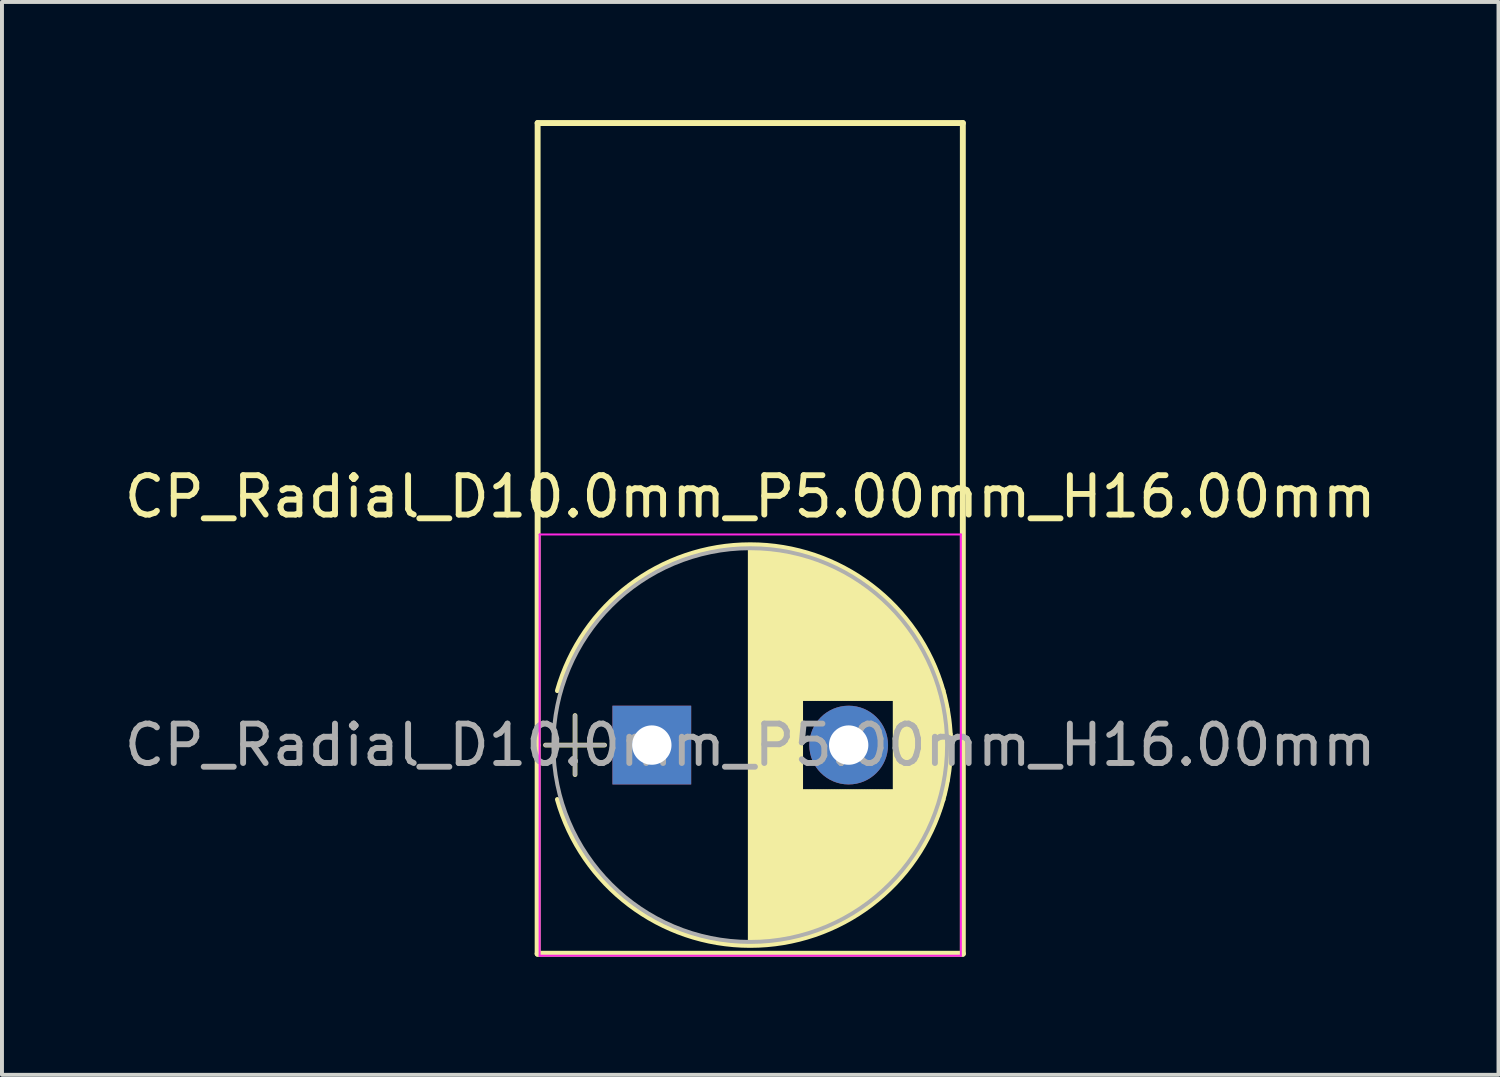
<source format=kicad_pcb>
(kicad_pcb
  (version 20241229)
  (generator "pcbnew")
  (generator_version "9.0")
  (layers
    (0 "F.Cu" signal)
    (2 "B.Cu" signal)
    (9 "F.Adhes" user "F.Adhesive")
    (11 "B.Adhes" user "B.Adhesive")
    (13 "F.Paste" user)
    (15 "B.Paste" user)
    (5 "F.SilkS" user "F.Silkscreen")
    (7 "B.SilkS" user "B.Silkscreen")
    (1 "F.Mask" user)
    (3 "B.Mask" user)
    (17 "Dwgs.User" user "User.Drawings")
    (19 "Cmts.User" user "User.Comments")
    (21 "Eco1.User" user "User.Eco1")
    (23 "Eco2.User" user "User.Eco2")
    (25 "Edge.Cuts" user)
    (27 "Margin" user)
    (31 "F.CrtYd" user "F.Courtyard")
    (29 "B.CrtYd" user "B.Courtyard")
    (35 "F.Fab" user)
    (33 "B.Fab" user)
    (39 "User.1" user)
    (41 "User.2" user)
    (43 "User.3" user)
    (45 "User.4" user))
  (footprint "CP_Radial_D10.0mm_P5.00mm_H16.00mm"
    (layer "F.Cu")
    (at 13.506 15.875)
    (property "Reference" "CP_Radial_D10.0mm_P5.00mm_H16.00mm" (at 2.5 -6.31 0) (layer "F.SilkS") (effects (font (size 1 1) (thickness 0.15))))
    (attr through_hole)
    (fp_line (start -2.9 -15.8) (end 7.9 -15.8) (stroke (width 0.15) (type solid)) (layer "F.SilkS"))
    (fp_line (start -2.9 0) (end -2.9 -15.8) (stroke (width 0.15) (type solid)) (layer "F.SilkS"))
    (fp_line (start -2.9 5.3) (end -2.9 0) (stroke (width 0.15) (type solid)) (layer "F.SilkS"))
    (fp_line (start -2.7 0) (end -1.2 0) (stroke (width 0.12) (type solid)) (layer "F.SilkS"))
    (fp_line (start -1.95 -0.75) (end -1.95 0.75) (stroke (width 0.12) (type solid)) (layer "F.SilkS"))
    (fp_line (start 2.5 -5.05) (end 2.5 5.05) (stroke (width 0.12) (type solid)) (layer "F.SilkS"))
    (fp_line (start 2.54 -5.05) (end 2.54 5.05) (stroke (width 0.12) (type solid)) (layer "F.SilkS"))
    (fp_line (start 2.58 -5.05) (end 2.58 5.05) (stroke (width 0.12) (type solid)) (layer "F.SilkS"))
    (fp_line (start 2.62 -5.049) (end 2.62 5.049) (stroke (width 0.12) (type solid)) (layer "F.SilkS"))
    (fp_line (start 2.66 -5.048) (end 2.66 5.048) (stroke (width 0.12) (type solid)) (layer "F.SilkS"))
    (fp_line (start 2.7 -5.047) (end 2.7 5.047) (stroke (width 0.12) (type solid)) (layer "F.SilkS"))
    (fp_line (start 2.74 -5.045) (end 2.74 5.045) (stroke (width 0.12) (type solid)) (layer "F.SilkS"))
    (fp_line (start 2.78 -5.043) (end 2.78 5.043) (stroke (width 0.12) (type solid)) (layer "F.SilkS"))
    (fp_line (start 2.82 -5.04) (end 2.82 5.04) (stroke (width 0.12) (type solid)) (layer "F.SilkS"))
    (fp_line (start 2.86 -5.038) (end 2.86 5.038) (stroke (width 0.12) (type solid)) (layer "F.SilkS"))
    (fp_line (start 2.9 -5.035) (end 2.9 5.035) (stroke (width 0.12) (type solid)) (layer "F.SilkS"))
    (fp_line (start 2.94 -5.031) (end 2.94 5.031) (stroke (width 0.12) (type solid)) (layer "F.SilkS"))
    (fp_line (start 2.98 -5.028) (end 2.98 5.028) (stroke (width 0.12) (type solid)) (layer "F.SilkS"))
    (fp_line (start 3.02 -5.024) (end 3.02 5.024) (stroke (width 0.12) (type solid)) (layer "F.SilkS"))
    (fp_line (start 3.06 -5.02) (end 3.06 5.02) (stroke (width 0.12) (type solid)) (layer "F.SilkS"))
    (fp_line (start 3.1 -5.015) (end 3.1 5.015) (stroke (width 0.12) (type solid)) (layer "F.SilkS"))
    (fp_line (start 3.14 -5.01) (end 3.14 5.01) (stroke (width 0.12) (type solid)) (layer "F.SilkS"))
    (fp_line (start 3.18 -5.005) (end 3.18 5.005) (stroke (width 0.12) (type solid)) (layer "F.SilkS"))
    (fp_line (start 3.221 -4.999) (end 3.221 4.999) (stroke (width 0.12) (type solid)) (layer "F.SilkS"))
    (fp_line (start 3.261 -4.993) (end 3.261 4.993) (stroke (width 0.12) (type solid)) (layer "F.SilkS"))
    (fp_line (start 3.301 -4.987) (end 3.301 4.987) (stroke (width 0.12) (type solid)) (layer "F.SilkS"))
    (fp_line (start 3.341 -4.981) (end 3.341 4.981) (stroke (width 0.12) (type solid)) (layer "F.SilkS"))
    (fp_line (start 3.381 -4.974) (end 3.381 4.974) (stroke (width 0.12) (type solid)) (layer "F.SilkS"))
    (fp_line (start 3.421 -4.967) (end 3.421 4.967) (stroke (width 0.12) (type solid)) (layer "F.SilkS"))
    (fp_line (start 3.461 -4.959) (end 3.461 4.959) (stroke (width 0.12) (type solid)) (layer "F.SilkS"))
    (fp_line (start 3.501 -4.951) (end 3.501 4.951) (stroke (width 0.12) (type solid)) (layer "F.SilkS"))
    (fp_line (start 3.541 -4.943) (end 3.541 4.943) (stroke (width 0.12) (type solid)) (layer "F.SilkS"))
    (fp_line (start 3.581 -4.935) (end 3.581 4.935) (stroke (width 0.12) (type solid)) (layer "F.SilkS"))
    (fp_line (start 3.621 -4.926) (end 3.621 4.926) (stroke (width 0.12) (type solid)) (layer "F.SilkS"))
    (fp_line (start 3.661 -4.917) (end 3.661 4.917) (stroke (width 0.12) (type solid)) (layer "F.SilkS"))
    (fp_line (start 3.701 -4.907) (end 3.701 4.907) (stroke (width 0.12) (type solid)) (layer "F.SilkS"))
    (fp_line (start 3.741 -4.897) (end 3.741 4.897) (stroke (width 0.12) (type solid)) (layer "F.SilkS"))
    (fp_line (start 3.781 -4.887) (end 3.781 4.887) (stroke (width 0.12) (type solid)) (layer "F.SilkS"))
    (fp_line (start 3.821 -4.876) (end 3.821 -1.181) (stroke (width 0.12) (type solid)) (layer "F.SilkS"))
    (fp_line (start 3.821 1.181) (end 3.821 4.876) (stroke (width 0.12) (type solid)) (layer "F.SilkS"))
    (fp_line (start 3.861 -4.865) (end 3.861 -1.181) (stroke (width 0.12) (type solid)) (layer "F.SilkS"))
    (fp_line (start 3.861 1.181) (end 3.861 4.865) (stroke (width 0.12) (type solid)) (layer "F.SilkS"))
    (fp_line (start 3.901 -4.854) (end 3.901 -1.181) (stroke (width 0.12) (type solid)) (layer "F.SilkS"))
    (fp_line (start 3.901 1.181) (end 3.901 4.854) (stroke (width 0.12) (type solid)) (layer "F.SilkS"))
    (fp_line (start 3.941 -4.843) (end 3.941 -1.181) (stroke (width 0.12) (type solid)) (layer "F.SilkS"))
    (fp_line (start 3.941 1.181) (end 3.941 4.843) (stroke (width 0.12) (type solid)) (layer "F.SilkS"))
    (fp_line (start 3.981 -4.831) (end 3.981 -1.181) (stroke (width 0.12) (type solid)) (layer "F.SilkS"))
    (fp_line (start 3.981 1.181) (end 3.981 4.831) (stroke (width 0.12) (type solid)) (layer "F.SilkS"))
    (fp_line (start 4.021 -4.818) (end 4.021 -1.181) (stroke (width 0.12) (type solid)) (layer "F.SilkS"))
    (fp_line (start 4.021 1.181) (end 4.021 4.818) (stroke (width 0.12) (type solid)) (layer "F.SilkS"))
    (fp_line (start 4.061 -4.806) (end 4.061 -1.181) (stroke (width 0.12) (type solid)) (layer "F.SilkS"))
    (fp_line (start 4.061 1.181) (end 4.061 4.806) (stroke (width 0.12) (type solid)) (layer "F.SilkS"))
    (fp_line (start 4.101 -4.792) (end 4.101 -1.181) (stroke (width 0.12) (type solid)) (layer "F.SilkS"))
    (fp_line (start 4.101 1.181) (end 4.101 4.792) (stroke (width 0.12) (type solid)) (layer "F.SilkS"))
    (fp_line (start 4.141 -4.779) (end 4.141 -1.181) (stroke (width 0.12) (type solid)) (layer "F.SilkS"))
    (fp_line (start 4.141 1.181) (end 4.141 4.779) (stroke (width 0.12) (type solid)) (layer "F.SilkS"))
    (fp_line (start 4.181 -4.765) (end 4.181 -1.181) (stroke (width 0.12) (type solid)) (layer "F.SilkS"))
    (fp_line (start 4.181 1.181) (end 4.181 4.765) (stroke (width 0.12) (type solid)) (layer "F.SilkS"))
    (fp_line (start 4.221 -4.751) (end 4.221 -1.181) (stroke (width 0.12) (type solid)) (layer "F.SilkS"))
    (fp_line (start 4.221 1.181) (end 4.221 4.751) (stroke (width 0.12) (type solid)) (layer "F.SilkS"))
    (fp_line (start 4.261 -4.737) (end 4.261 -1.181) (stroke (width 0.12) (type solid)) (layer "F.SilkS"))
    (fp_line (start 4.261 1.181) (end 4.261 4.737) (stroke (width 0.12) (type solid)) (layer "F.SilkS"))
    (fp_line (start 4.301 -4.722) (end 4.301 -1.181) (stroke (width 0.12) (type solid)) (layer "F.SilkS"))
    (fp_line (start 4.301 1.181) (end 4.301 4.722) (stroke (width 0.12) (type solid)) (layer "F.SilkS"))
    (fp_line (start 4.341 -4.706) (end 4.341 -1.181) (stroke (width 0.12) (type solid)) (layer "F.SilkS"))
    (fp_line (start 4.341 1.181) (end 4.341 4.706) (stroke (width 0.12) (type solid)) (layer "F.SilkS"))
    (fp_line (start 4.381 -4.691) (end 4.381 -1.181) (stroke (width 0.12) (type solid)) (layer "F.SilkS"))
    (fp_line (start 4.381 1.181) (end 4.381 4.691) (stroke (width 0.12) (type solid)) (layer "F.SilkS"))
    (fp_line (start 4.421 -4.674) (end 4.421 -1.181) (stroke (width 0.12) (type solid)) (layer "F.SilkS"))
    (fp_line (start 4.421 1.181) (end 4.421 4.674) (stroke (width 0.12) (type solid)) (layer "F.SilkS"))
    (fp_line (start 4.461 -4.658) (end 4.461 -1.181) (stroke (width 0.12) (type solid)) (layer "F.SilkS"))
    (fp_line (start 4.461 1.181) (end 4.461 4.658) (stroke (width 0.12) (type solid)) (layer "F.SilkS"))
    (fp_line (start 4.501 -4.641) (end 4.501 -1.181) (stroke (width 0.12) (type solid)) (layer "F.SilkS"))
    (fp_line (start 4.501 1.181) (end 4.501 4.641) (stroke (width 0.12) (type solid)) (layer "F.SilkS"))
    (fp_line (start 4.541 -4.624) (end 4.541 -1.181) (stroke (width 0.12) (type solid)) (layer "F.SilkS"))
    (fp_line (start 4.541 1.181) (end 4.541 4.624) (stroke (width 0.12) (type solid)) (layer "F.SilkS"))
    (fp_line (start 4.581 -4.606) (end 4.581 -1.181) (stroke (width 0.12) (type solid)) (layer "F.SilkS"))
    (fp_line (start 4.581 1.181) (end 4.581 4.606) (stroke (width 0.12) (type solid)) (layer "F.SilkS"))
    (fp_line (start 4.621 -4.588) (end 4.621 -1.181) (stroke (width 0.12) (type solid)) (layer "F.SilkS"))
    (fp_line (start 4.621 1.181) (end 4.621 4.588) (stroke (width 0.12) (type solid)) (layer "F.SilkS"))
    (fp_line (start 4.661 -4.569) (end 4.661 -1.181) (stroke (width 0.12) (type solid)) (layer "F.SilkS"))
    (fp_line (start 4.661 1.181) (end 4.661 4.569) (stroke (width 0.12) (type solid)) (layer "F.SilkS"))
    (fp_line (start 4.701 -4.55) (end 4.701 -1.181) (stroke (width 0.12) (type solid)) (layer "F.SilkS"))
    (fp_line (start 4.701 1.181) (end 4.701 4.55) (stroke (width 0.12) (type solid)) (layer "F.SilkS"))
    (fp_line (start 4.741 -4.531) (end 4.741 -1.181) (stroke (width 0.12) (type solid)) (layer "F.SilkS"))
    (fp_line (start 4.741 1.181) (end 4.741 4.531) (stroke (width 0.12) (type solid)) (layer "F.SilkS"))
    (fp_line (start 4.781 -4.511) (end 4.781 -1.181) (stroke (width 0.12) (type solid)) (layer "F.SilkS"))
    (fp_line (start 4.781 1.181) (end 4.781 4.511) (stroke (width 0.12) (type solid)) (layer "F.SilkS"))
    (fp_line (start 4.821 -4.491) (end 4.821 -1.181) (stroke (width 0.12) (type solid)) (layer "F.SilkS"))
    (fp_line (start 4.821 1.181) (end 4.821 4.491) (stroke (width 0.12) (type solid)) (layer "F.SilkS"))
    (fp_line (start 4.861 -4.47) (end 4.861 -1.181) (stroke (width 0.12) (type solid)) (layer "F.SilkS"))
    (fp_line (start 4.861 1.181) (end 4.861 4.47) (stroke (width 0.12) (type solid)) (layer "F.SilkS"))
    (fp_line (start 4.901 -4.449) (end 4.901 -1.181) (stroke (width 0.12) (type solid)) (layer "F.SilkS"))
    (fp_line (start 4.901 1.181) (end 4.901 4.449) (stroke (width 0.12) (type solid)) (layer "F.SilkS"))
    (fp_line (start 4.941 -4.428) (end 4.941 -1.181) (stroke (width 0.12) (type solid)) (layer "F.SilkS"))
    (fp_line (start 4.941 1.181) (end 4.941 4.428) (stroke (width 0.12) (type solid)) (layer "F.SilkS"))
    (fp_line (start 4.981 -4.405) (end 4.981 -1.181) (stroke (width 0.12) (type solid)) (layer "F.SilkS"))
    (fp_line (start 4.981 1.181) (end 4.981 4.405) (stroke (width 0.12) (type solid)) (layer "F.SilkS"))
    (fp_line (start 5.021 -4.383) (end 5.021 -1.181) (stroke (width 0.12) (type solid)) (layer "F.SilkS"))
    (fp_line (start 5.021 1.181) (end 5.021 4.383) (stroke (width 0.12) (type solid)) (layer "F.SilkS"))
    (fp_line (start 5.061 -4.36) (end 5.061 -1.181) (stroke (width 0.12) (type solid)) (layer "F.SilkS"))
    (fp_line (start 5.061 1.181) (end 5.061 4.36) (stroke (width 0.12) (type solid)) (layer "F.SilkS"))
    (fp_line (start 5.101 -4.336) (end 5.101 -1.181) (stroke (width 0.12) (type solid)) (layer "F.SilkS"))
    (fp_line (start 5.101 1.181) (end 5.101 4.336) (stroke (width 0.12) (type solid)) (layer "F.SilkS"))
    (fp_line (start 5.141 -4.312) (end 5.141 -1.181) (stroke (width 0.12) (type solid)) (layer "F.SilkS"))
    (fp_line (start 5.141 1.181) (end 5.141 4.312) (stroke (width 0.12) (type solid)) (layer "F.SilkS"))
    (fp_line (start 5.181 -4.288) (end 5.181 -1.181) (stroke (width 0.12) (type solid)) (layer "F.SilkS"))
    (fp_line (start 5.181 1.181) (end 5.181 4.288) (stroke (width 0.12) (type solid)) (layer "F.SilkS"))
    (fp_line (start 5.221 -4.263) (end 5.221 -1.181) (stroke (width 0.12) (type solid)) (layer "F.SilkS"))
    (fp_line (start 5.221 1.181) (end 5.221 4.263) (stroke (width 0.12) (type solid)) (layer "F.SilkS"))
    (fp_line (start 5.261 -4.237) (end 5.261 -1.181) (stroke (width 0.12) (type solid)) (layer "F.SilkS"))
    (fp_line (start 5.261 1.181) (end 5.261 4.237) (stroke (width 0.12) (type solid)) (layer "F.SilkS"))
    (fp_line (start 5.301 -4.211) (end 5.301 -1.181) (stroke (width 0.12) (type solid)) (layer "F.SilkS"))
    (fp_line (start 5.301 1.181) (end 5.301 4.211) (stroke (width 0.12) (type solid)) (layer "F.SilkS"))
    (fp_line (start 5.341 -4.185) (end 5.341 -1.181) (stroke (width 0.12) (type solid)) (layer "F.SilkS"))
    (fp_line (start 5.341 1.181) (end 5.341 4.185) (stroke (width 0.12) (type solid)) (layer "F.SilkS"))
    (fp_line (start 5.381 -4.157) (end 5.381 -1.181) (stroke (width 0.12) (type solid)) (layer "F.SilkS"))
    (fp_line (start 5.381 1.181) (end 5.381 4.157) (stroke (width 0.12) (type solid)) (layer "F.SilkS"))
    (fp_line (start 5.421 -4.13) (end 5.421 -1.181) (stroke (width 0.12) (type solid)) (layer "F.SilkS"))
    (fp_line (start 5.421 1.181) (end 5.421 4.13) (stroke (width 0.12) (type solid)) (layer "F.SilkS"))
    (fp_line (start 5.461 -4.101) (end 5.461 -1.181) (stroke (width 0.12) (type solid)) (layer "F.SilkS"))
    (fp_line (start 5.461 1.181) (end 5.461 4.101) (stroke (width 0.12) (type solid)) (layer "F.SilkS"))
    (fp_line (start 5.501 -4.072) (end 5.501 -1.181) (stroke (width 0.12) (type solid)) (layer "F.SilkS"))
    (fp_line (start 5.501 1.181) (end 5.501 4.072) (stroke (width 0.12) (type solid)) (layer "F.SilkS"))
    (fp_line (start 5.541 -4.043) (end 5.541 -1.181) (stroke (width 0.12) (type solid)) (layer "F.SilkS"))
    (fp_line (start 5.541 1.181) (end 5.541 4.043) (stroke (width 0.12) (type solid)) (layer "F.SilkS"))
    (fp_line (start 5.581 -4.013) (end 5.581 -1.181) (stroke (width 0.12) (type solid)) (layer "F.SilkS"))
    (fp_line (start 5.581 1.181) (end 5.581 4.013) (stroke (width 0.12) (type solid)) (layer "F.SilkS"))
    (fp_line (start 5.621 -3.982) (end 5.621 -1.181) (stroke (width 0.12) (type solid)) (layer "F.SilkS"))
    (fp_line (start 5.621 1.181) (end 5.621 3.982) (stroke (width 0.12) (type solid)) (layer "F.SilkS"))
    (fp_line (start 5.661 -3.951) (end 5.661 -1.181) (stroke (width 0.12) (type solid)) (layer "F.SilkS"))
    (fp_line (start 5.661 1.181) (end 5.661 3.951) (stroke (width 0.12) (type solid)) (layer "F.SilkS"))
    (fp_line (start 5.701 -3.919) (end 5.701 -1.181) (stroke (width 0.12) (type solid)) (layer "F.SilkS"))
    (fp_line (start 5.701 1.181) (end 5.701 3.919) (stroke (width 0.12) (type solid)) (layer "F.SilkS"))
    (fp_line (start 5.741 -3.886) (end 5.741 -1.181) (stroke (width 0.12) (type solid)) (layer "F.SilkS"))
    (fp_line (start 5.741 1.181) (end 5.741 3.886) (stroke (width 0.12) (type solid)) (layer "F.SilkS"))
    (fp_line (start 5.781 -3.853) (end 5.781 -1.181) (stroke (width 0.12) (type solid)) (layer "F.SilkS"))
    (fp_line (start 5.781 1.181) (end 5.781 3.853) (stroke (width 0.12) (type solid)) (layer "F.SilkS"))
    (fp_line (start 5.821 -3.819) (end 5.821 -1.181) (stroke (width 0.12) (type solid)) (layer "F.SilkS"))
    (fp_line (start 5.821 1.181) (end 5.821 3.819) (stroke (width 0.12) (type solid)) (layer "F.SilkS"))
    (fp_line (start 5.861 -3.784) (end 5.861 -1.181) (stroke (width 0.12) (type solid)) (layer "F.SilkS"))
    (fp_line (start 5.861 1.181) (end 5.861 3.784) (stroke (width 0.12) (type solid)) (layer "F.SilkS"))
    (fp_line (start 5.901 -3.748) (end 5.901 -1.181) (stroke (width 0.12) (type solid)) (layer "F.SilkS"))
    (fp_line (start 5.901 1.181) (end 5.901 3.748) (stroke (width 0.12) (type solid)) (layer "F.SilkS"))
    (fp_line (start 5.941 -3.712) (end 5.941 -1.181) (stroke (width 0.12) (type solid)) (layer "F.SilkS"))
    (fp_line (start 5.941 1.181) (end 5.941 3.712) (stroke (width 0.12) (type solid)) (layer "F.SilkS"))
    (fp_line (start 5.981 -3.675) (end 5.981 -1.181) (stroke (width 0.12) (type solid)) (layer "F.SilkS"))
    (fp_line (start 5.981 1.181) (end 5.981 3.675) (stroke (width 0.12) (type solid)) (layer "F.SilkS"))
    (fp_line (start 6.021 -3.637) (end 6.021 -1.181) (stroke (width 0.12) (type solid)) (layer "F.SilkS"))
    (fp_line (start 6.021 1.181) (end 6.021 3.637) (stroke (width 0.12) (type solid)) (layer "F.SilkS"))
    (fp_line (start 6.061 -3.598) (end 6.061 -1.181) (stroke (width 0.12) (type solid)) (layer "F.SilkS"))
    (fp_line (start 6.061 1.181) (end 6.061 3.598) (stroke (width 0.12) (type solid)) (layer "F.SilkS"))
    (fp_line (start 6.101 -3.559) (end 6.101 -1.181) (stroke (width 0.12) (type solid)) (layer "F.SilkS"))
    (fp_line (start 6.101 1.181) (end 6.101 3.559) (stroke (width 0.12) (type solid)) (layer "F.SilkS"))
    (fp_line (start 6.141 -3.518) (end 6.141 -1.181) (stroke (width 0.12) (type solid)) (layer "F.SilkS"))
    (fp_line (start 6.141 1.181) (end 6.141 3.518) (stroke (width 0.12) (type solid)) (layer "F.SilkS"))
    (fp_line (start 6.181 -3.477) (end 6.181 3.477) (stroke (width 0.12) (type solid)) (layer "F.SilkS"))
    (fp_line (start 6.221 -3.435) (end 6.221 3.435) (stroke (width 0.12) (type solid)) (layer "F.SilkS"))
    (fp_line (start 6.261 -3.391) (end 6.261 3.391) (stroke (width 0.12) (type solid)) (layer "F.SilkS"))
    (fp_line (start 6.301 -3.347) (end 6.301 3.347) (stroke (width 0.12) (type solid)) (layer "F.SilkS"))
    (fp_line (start 6.341 -3.302) (end 6.341 3.302) (stroke (width 0.12) (type solid)) (layer "F.SilkS"))
    (fp_line (start 6.381 -3.255) (end 6.381 3.255) (stroke (width 0.12) (type solid)) (layer "F.SilkS"))
    (fp_line (start 6.421 -3.207) (end 6.421 3.207) (stroke (width 0.12) (type solid)) (layer "F.SilkS"))
    (fp_line (start 6.461 -3.158) (end 6.461 3.158) (stroke (width 0.12) (type solid)) (layer "F.SilkS"))
    (fp_line (start 6.501 -3.108) (end 6.501 3.108) (stroke (width 0.12) (type solid)) (layer "F.SilkS"))
    (fp_line (start 6.541 -3.057) (end 6.541 3.057) (stroke (width 0.12) (type solid)) (layer "F.SilkS"))
    (fp_line (start 6.581 -3.004) (end 6.581 3.004) (stroke (width 0.12) (type solid)) (layer "F.SilkS"))
    (fp_line (start 6.621 -2.949) (end 6.621 2.949) (stroke (width 0.12) (type solid)) (layer "F.SilkS"))
    (fp_line (start 6.661 -2.894) (end 6.661 2.894) (stroke (width 0.12) (type solid)) (layer "F.SilkS"))
    (fp_line (start 6.701 -2.836) (end 6.701 2.836) (stroke (width 0.12) (type solid)) (layer "F.SilkS"))
    (fp_line (start 6.741 -2.777) (end 6.741 2.777) (stroke (width 0.12) (type solid)) (layer "F.SilkS"))
    (fp_line (start 6.781 -2.715) (end 6.781 2.715) (stroke (width 0.12) (type solid)) (layer "F.SilkS"))
    (fp_line (start 6.821 -2.652) (end 6.821 2.652) (stroke (width 0.12) (type solid)) (layer "F.SilkS"))
    (fp_line (start 6.861 -2.587) (end 6.861 2.587) (stroke (width 0.12) (type solid)) (layer "F.SilkS"))
    (fp_line (start 6.901 -2.519) (end 6.901 2.519) (stroke (width 0.12) (type solid)) (layer "F.SilkS"))
    (fp_line (start 6.941 -2.449) (end 6.941 2.449) (stroke (width 0.12) (type solid)) (layer "F.SilkS"))
    (fp_line (start 6.981 -2.377) (end 6.981 2.377) (stroke (width 0.12) (type solid)) (layer "F.SilkS"))
    (fp_line (start 7.021 -2.301) (end 7.021 2.301) (stroke (width 0.12) (type solid)) (layer "F.SilkS"))
    (fp_line (start 7.061 -2.222) (end 7.061 2.222) (stroke (width 0.12) (type solid)) (layer "F.SilkS"))
    (fp_line (start 7.101 -2.14) (end 7.101 2.14) (stroke (width 0.12) (type solid)) (layer "F.SilkS"))
    (fp_line (start 7.141 -2.053) (end 7.141 2.053) (stroke (width 0.12) (type solid)) (layer "F.SilkS"))
    (fp_line (start 7.181 -1.962) (end 7.181 1.962) (stroke (width 0.12) (type solid)) (layer "F.SilkS"))
    (fp_line (start 7.221 -1.866) (end 7.221 1.866) (stroke (width 0.12) (type solid)) (layer "F.SilkS"))
    (fp_line (start 7.261 -1.763) (end 7.261 1.763) (stroke (width 0.12) (type solid)) (layer "F.SilkS"))
    (fp_line (start 7.301 -1.654) (end 7.301 1.654) (stroke (width 0.12) (type solid)) (layer "F.SilkS"))
    (fp_line (start 7.341 -1.536) (end 7.341 1.536) (stroke (width 0.12) (type solid)) (layer "F.SilkS"))
    (fp_line (start 7.381 -1.407) (end 7.381 1.407) (stroke (width 0.12) (type solid)) (layer "F.SilkS"))
    (fp_line (start 7.421 -1.265) (end 7.421 1.265) (stroke (width 0.12) (type solid)) (layer "F.SilkS"))
    (fp_line (start 7.461 -1.104) (end 7.461 1.104) (stroke (width 0.12) (type solid)) (layer "F.SilkS"))
    (fp_line (start 7.501 -0.913) (end 7.501 0.913) (stroke (width 0.12) (type solid)) (layer "F.SilkS"))
    (fp_line (start 7.541 -0.672) (end 7.541 0.672) (stroke (width 0.12) (type solid)) (layer "F.SilkS"))
    (fp_line (start 7.581 -0.279) (end 7.581 0.279) (stroke (width 0.12) (type solid)) (layer "F.SilkS"))
    (fp_line (start 7.9 -15.8) (end 7.9 5.3) (stroke (width 0.15) (type solid)) (layer "F.SilkS"))
    (fp_line (start 7.9 5.3) (end -2.9 5.3) (stroke (width 0.15) (type solid)) (layer "F.SilkS"))
    (fp_arc (start -2.399357 -1.38) (mid 2.498304 -5.09) (end 7.398437 -1.383264) (stroke (width 0.12) (type solid)) (layer "F.SilkS"))
    (fp_arc (start 7.398437 1.383264) (mid 2.498304 5.09) (end -2.399357 1.38) (stroke (width 0.12) (type solid)) (layer "F.SilkS"))
    (fp_arc (start 7.399357 -1.38) (mid 7.59 0.001696) (end 7.398437 1.383264) (stroke (width 0.12) (type solid)) (layer "F.SilkS"))
    (fp_line (start -2.85 -5.35) (end -2.85 5.35) (stroke (width 0.05) (type solid)) (layer "F.CrtYd"))
    (fp_line (start -2.85 5.35) (end 7.85 5.35) (stroke (width 0.05) (type solid)) (layer "F.CrtYd"))
    (fp_line (start 7.85 -5.35) (end -2.85 -5.35) (stroke (width 0.05) (type solid)) (layer "F.CrtYd"))
    (fp_line (start 7.85 5.35) (end 7.85 -5.35) (stroke (width 0.05) (type solid)) (layer "F.CrtYd"))
    (fp_line (start -2.7 0) (end -1.2 0) (stroke (width 0.1) (type solid)) (layer "F.Fab"))
    (fp_line (start -1.95 -0.75) (end -1.95 0.75) (stroke (width 0.1) (type solid)) (layer "F.Fab"))
    (fp_circle (center 2.5 0) (end 7.5 0) (stroke (width 0.1) (type solid)) (fill no) (layer "F.Fab"))
    (fp_text user "${REFERENCE}" (at 2.5 0 0) (layer "F.Fab") (effects (font (size 1 1) (thickness 0.15))))
    (pad "1" thru_hole rect (at 0 0) (size 2 2) (drill 1) (layers "*.Cu" "*.Mask"))
    (pad "2" thru_hole circle (at 5 0) (size 2 2) (drill 1) (layers "*.Cu" "*.Mask")))
  (gr_rect
    (start -3 -3)
    (end 35.012 24.25)
    (stroke (width 0.1) (type default))
    (fill no)
    (layer "Edge.Cuts")))
</source>
